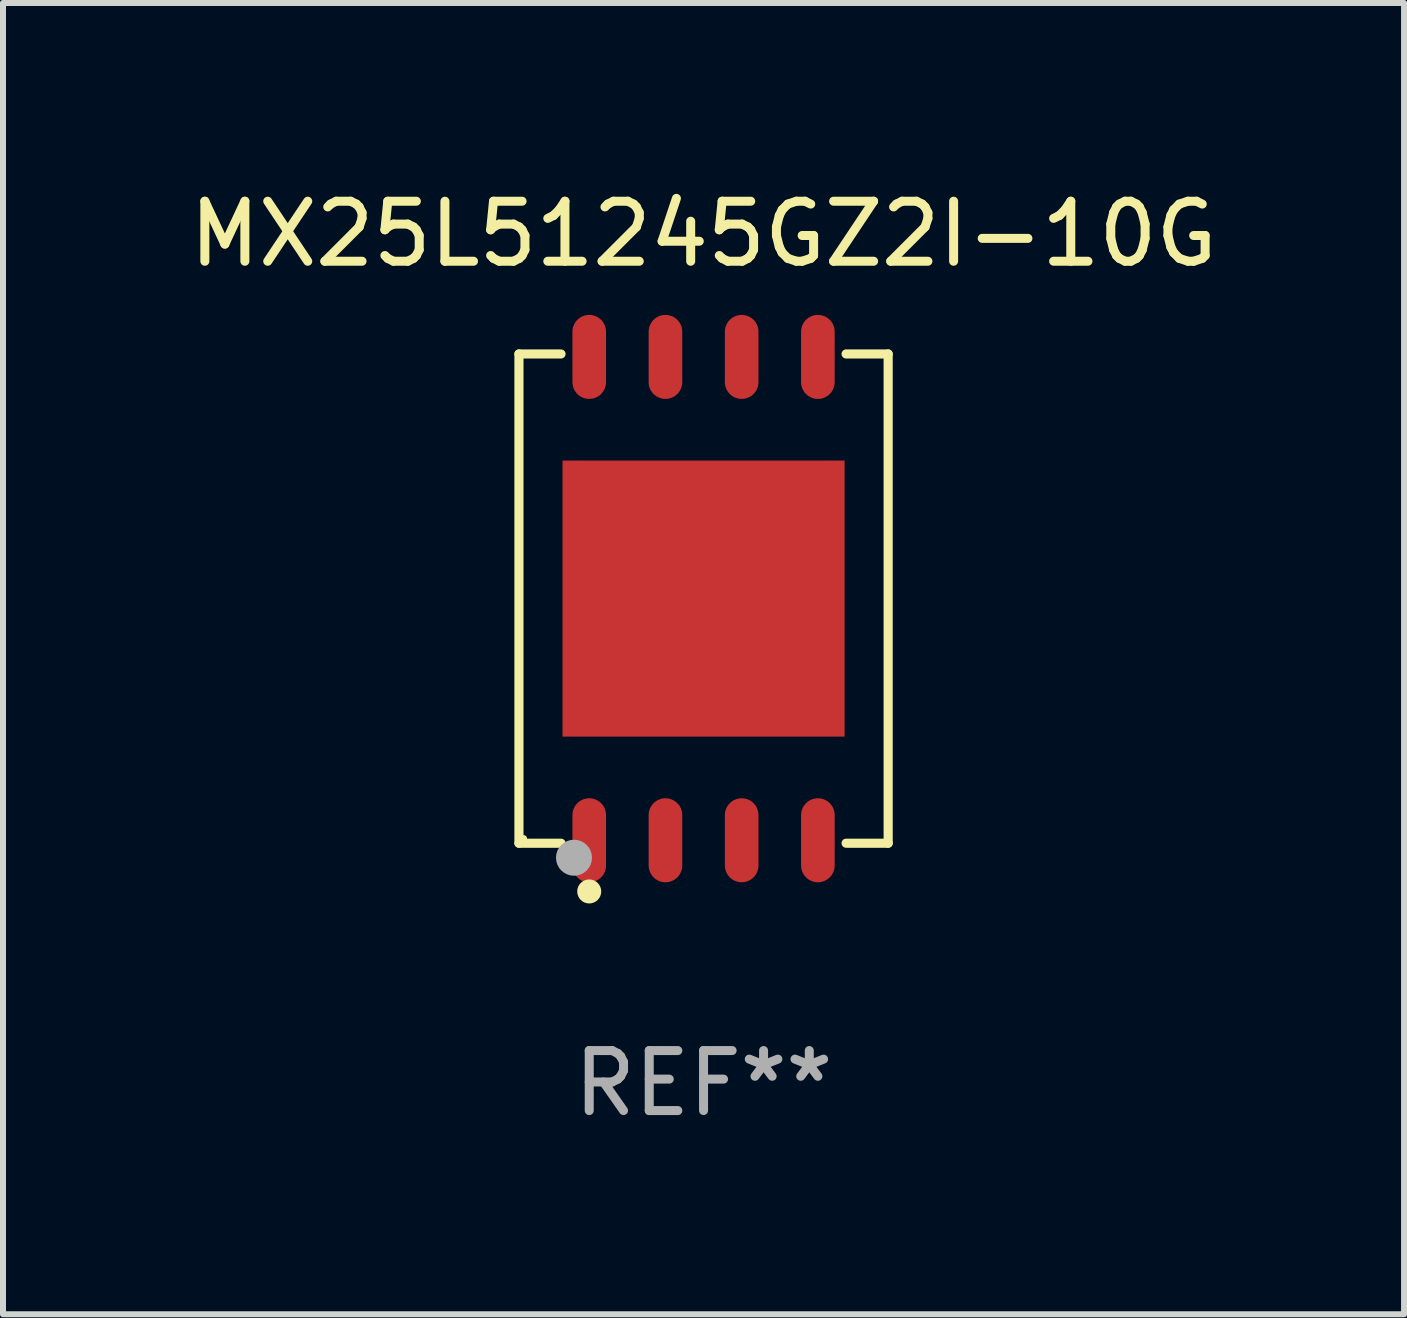
<source format=kicad_pcb>
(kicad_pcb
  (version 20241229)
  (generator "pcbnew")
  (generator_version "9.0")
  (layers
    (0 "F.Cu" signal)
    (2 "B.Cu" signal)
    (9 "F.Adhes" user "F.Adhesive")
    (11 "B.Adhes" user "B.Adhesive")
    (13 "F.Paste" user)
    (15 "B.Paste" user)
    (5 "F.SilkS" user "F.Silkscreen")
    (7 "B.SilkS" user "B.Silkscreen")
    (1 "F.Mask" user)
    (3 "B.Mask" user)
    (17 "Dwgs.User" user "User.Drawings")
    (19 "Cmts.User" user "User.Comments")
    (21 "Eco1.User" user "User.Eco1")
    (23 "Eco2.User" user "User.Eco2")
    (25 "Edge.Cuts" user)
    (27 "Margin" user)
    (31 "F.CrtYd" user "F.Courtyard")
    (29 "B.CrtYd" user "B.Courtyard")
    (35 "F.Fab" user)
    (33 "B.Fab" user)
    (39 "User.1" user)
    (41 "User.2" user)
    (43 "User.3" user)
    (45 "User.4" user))
  (footprint "MX25L51245GZ2I-10G"
    (layer "F.Cu")
    (at 8.673 6.924)
    (property "Reference" "MX25L51245GZ2I-10G" (at 0 -6.076 0) (layer "F.SilkS") (effects (font (size 1 1) (thickness 0.15))))
    (attr through_hole)
    (fp_line (start -3.076 -4.076) (end -2.375 -4.076) (stroke (width 0.152) (type solid)) (layer "F.SilkS"))
    (fp_line (start -3.076 4.076) (end -3.076 -4.076) (stroke (width 0.152) (type solid)) (layer "F.SilkS"))
    (fp_line (start -2.375 4.076) (end -3.076 4.076) (stroke (width 0.152) (type solid)) (layer "F.SilkS"))
    (fp_line (start 2.375 4.076) (end 3.076 4.076) (stroke (width 0.152) (type solid)) (layer "F.SilkS"))
    (fp_line (start 3.076 -4.076) (end 2.375 -4.076) (stroke (width 0.152) (type solid)) (layer "F.SilkS"))
    (fp_line (start 3.076 4.076) (end 3.076 -4.076) (stroke (width 0.152) (type solid)) (layer "F.SilkS"))
    (fp_circle (center -3 4) (end -2.97 4) (stroke (width 0.06) (type solid)) (fill no) (layer "F.SilkS"))
    (fp_circle (center -1.905 4.88) (end -1.805 4.88) (stroke (width 0.2) (type solid)) (fill no) (layer "F.SilkS"))
    (fp_circle (center -2.159 4.318) (end -2.009 4.318) (stroke (width 0.3) (type solid)) (fill no) (layer "F.Fab"))
    (fp_text user "REF**" (at 0 8.076 0) (layer "F.Fab") (effects (font (size 1 1) (thickness 0.15))))
    (pad "1" smd oval (at -1.905 4.027) (size 0.56 1.4) (layers "F.Cu" "F.Mask" "F.Paste"))
    (pad "2" smd oval (at -0.635 4.027) (size 0.56 1.4) (layers "F.Cu" "F.Mask" "F.Paste"))
    (pad "3" smd oval (at 0.635 4.027) (size 0.56 1.4) (layers "F.Cu" "F.Mask" "F.Paste"))
    (pad "4" smd oval (at 1.905 4.027) (size 0.56 1.4) (layers "F.Cu" "F.Mask" "F.Paste"))
    (pad "5" smd oval (at 1.905 -4.027) (size 0.56 1.4) (layers "F.Cu" "F.Mask" "F.Paste"))
    (pad "6" smd oval (at 0.635 -4.027) (size 0.56 1.4) (layers "F.Cu" "F.Mask" "F.Paste"))
    (pad "7" smd oval (at -0.635 -4.027) (size 0.56 1.4) (layers "F.Cu" "F.Mask" "F.Paste"))
    (pad "8" smd oval (at -1.905 -4.027) (size 0.56 1.4) (layers "F.Cu" "F.Mask" "F.Paste"))
    (pad "9" smd rect (at 0 0) (size 4.7 4.6) (layers "F.Cu" "F.Mask" "F.Paste")))
  (gr_rect
    (start -3 -3)
    (end 20.345 18.849)
    (stroke (width 0.1) (type default))
    (fill no)
    (layer "Edge.Cuts")))
</source>
